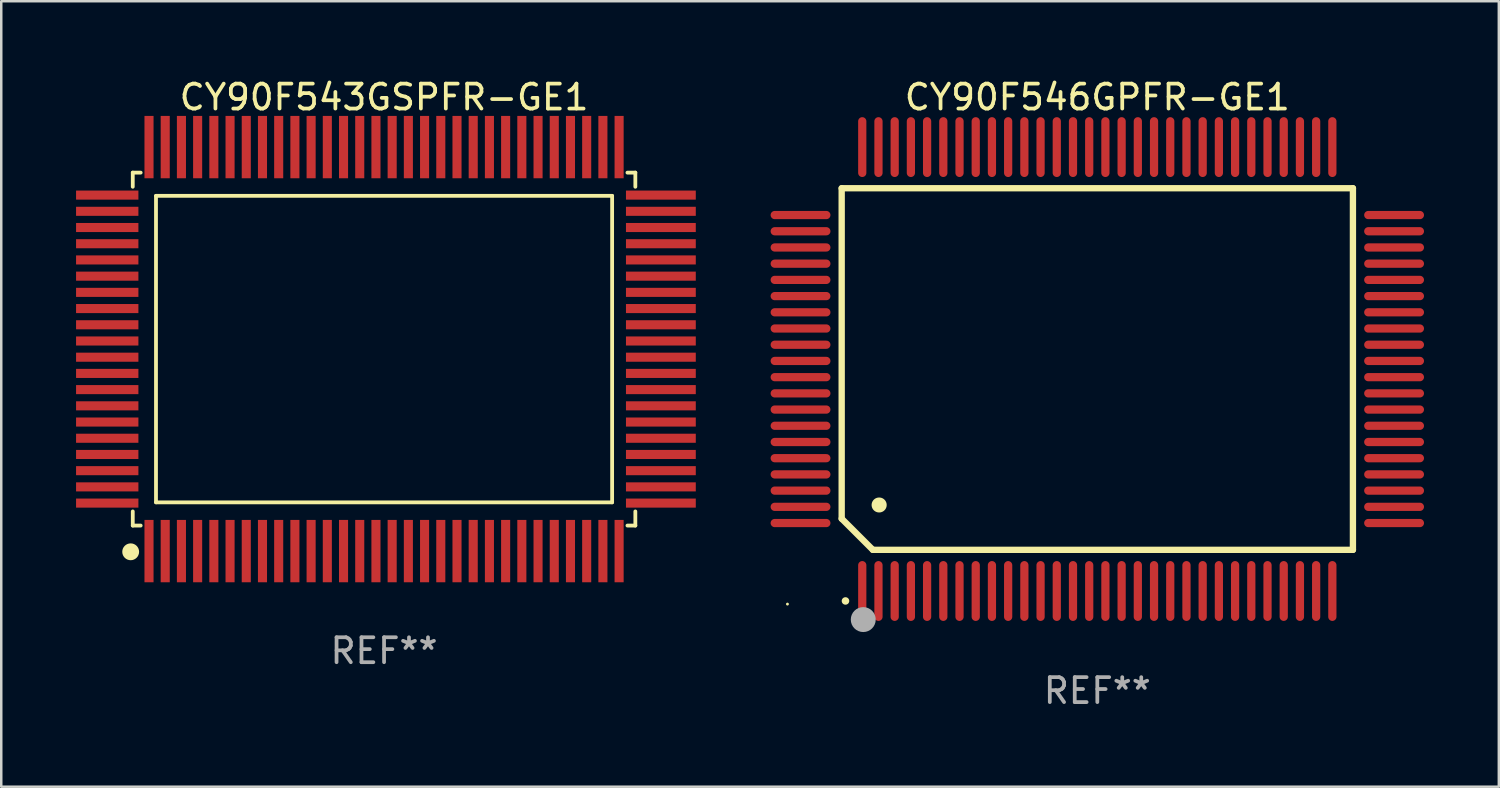
<source format=kicad_pcb>
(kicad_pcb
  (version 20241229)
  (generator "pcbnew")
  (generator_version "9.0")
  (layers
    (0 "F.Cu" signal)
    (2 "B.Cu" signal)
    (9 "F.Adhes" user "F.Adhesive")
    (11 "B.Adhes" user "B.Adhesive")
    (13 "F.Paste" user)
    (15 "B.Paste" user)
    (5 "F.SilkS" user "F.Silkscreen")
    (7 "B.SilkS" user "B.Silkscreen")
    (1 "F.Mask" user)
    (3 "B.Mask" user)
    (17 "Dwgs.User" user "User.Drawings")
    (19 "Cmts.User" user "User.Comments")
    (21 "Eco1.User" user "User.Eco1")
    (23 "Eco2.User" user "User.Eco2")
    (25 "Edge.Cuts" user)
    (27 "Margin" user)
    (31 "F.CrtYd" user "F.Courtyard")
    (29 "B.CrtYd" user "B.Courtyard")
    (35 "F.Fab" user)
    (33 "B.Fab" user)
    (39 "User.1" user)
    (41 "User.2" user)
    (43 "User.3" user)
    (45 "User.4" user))
  (footprint "CY90F543GSPFR-GE1"
    (layer "F.Cu")
    (at 12.35 10.948)
    (property "Reference" "CY90F543GSPFR-GE1" (at 0 -10.1 0) (layer "F.SilkS") (effects (font (size 1 1) (thickness 0.15))))
    (attr through_hole)
    (fp_line (start -10.076 -7.076) (end -10.076 -6.509) (stroke (width 0.152) (type solid)) (layer "F.SilkS"))
    (fp_line (start -10.076 7.076) (end -10.076 6.509) (stroke (width 0.152) (type solid)) (layer "F.SilkS"))
    (fp_line (start -9.759 -7.076) (end -10.076 -7.076) (stroke (width 0.152) (type solid)) (layer "F.SilkS"))
    (fp_line (start -9.759 7.076) (end -10.076 7.076) (stroke (width 0.152) (type solid)) (layer "F.SilkS"))
    (fp_line (start -9.145 -6.145) (end 9.145 -6.145) (stroke (width 0.152) (type solid)) (layer "F.SilkS"))
    (fp_line (start -9.145 6.145) (end -9.145 -6.145) (stroke (width 0.152) (type solid)) (layer "F.SilkS"))
    (fp_line (start 9.145 -6.145) (end 9.145 6.145) (stroke (width 0.152) (type solid)) (layer "F.SilkS"))
    (fp_line (start 9.145 6.145) (end -9.145 6.145) (stroke (width 0.152) (type solid)) (layer "F.SilkS"))
    (fp_line (start 9.759 -7.076) (end 10.076 -7.076) (stroke (width 0.152) (type solid)) (layer "F.SilkS"))
    (fp_line (start 9.759 7.076) (end 10.076 7.076) (stroke (width 0.152) (type solid)) (layer "F.SilkS"))
    (fp_line (start 10.076 -7.076) (end 10.076 -6.509) (stroke (width 0.152) (type solid)) (layer "F.SilkS"))
    (fp_line (start 10.076 7.076) (end 10.076 6.509) (stroke (width 0.152) (type solid)) (layer "F.SilkS"))
    (fp_circle (center -10.16 8.128) (end -9.991 8.128) (stroke (width 0.337) (type solid)) (fill no) (layer "F.SilkS"))
    (fp_text user "REF**" (at 0 12.1 0) (layer "F.Fab") (effects (font (size 1 1) (thickness 0.15))))
    (pad "1" smd rect (at -9.425 8.1) (size 0.364 2.5) (layers "F.Cu" "F.Mask" "F.Paste"))
    (pad "2" smd rect (at -8.775 8.1) (size 0.364 2.5) (layers "F.Cu" "F.Mask" "F.Paste"))
    (pad "3" smd rect (at -8.125 8.1) (size 0.364 2.5) (layers "F.Cu" "F.Mask" "F.Paste"))
    (pad "4" smd rect (at -7.475 8.1) (size 0.364 2.5) (layers "F.Cu" "F.Mask" "F.Paste"))
    (pad "5" smd rect (at -6.825 8.1) (size 0.364 2.5) (layers "F.Cu" "F.Mask" "F.Paste"))
    (pad "6" smd rect (at -6.175 8.1) (size 0.364 2.5) (layers "F.Cu" "F.Mask" "F.Paste"))
    (pad "7" smd rect (at -5.525 8.1) (size 0.364 2.5) (layers "F.Cu" "F.Mask" "F.Paste"))
    (pad "8" smd rect (at -4.875 8.1) (size 0.364 2.5) (layers "F.Cu" "F.Mask" "F.Paste"))
    (pad "9" smd rect (at -4.225 8.1) (size 0.364 2.5) (layers "F.Cu" "F.Mask" "F.Paste"))
    (pad "10" smd rect (at -3.575 8.1) (size 0.364 2.5) (layers "F.Cu" "F.Mask" "F.Paste"))
    (pad "11" smd rect (at -2.925 8.1) (size 0.364 2.5) (layers "F.Cu" "F.Mask" "F.Paste"))
    (pad "12" smd rect (at -2.275 8.1) (size 0.364 2.5) (layers "F.Cu" "F.Mask" "F.Paste"))
    (pad "13" smd rect (at -1.625 8.1) (size 0.364 2.5) (layers "F.Cu" "F.Mask" "F.Paste"))
    (pad "14" smd rect (at -0.975 8.1) (size 0.364 2.5) (layers "F.Cu" "F.Mask" "F.Paste"))
    (pad "15" smd rect (at -0.325 8.1) (size 0.364 2.5) (layers "F.Cu" "F.Mask" "F.Paste"))
    (pad "16" smd rect (at 0.325 8.1) (size 0.364 2.5) (layers "F.Cu" "F.Mask" "F.Paste"))
    (pad "17" smd rect (at 0.975 8.1) (size 0.364 2.5) (layers "F.Cu" "F.Mask" "F.Paste"))
    (pad "18" smd rect (at 1.625 8.1) (size 0.364 2.5) (layers "F.Cu" "F.Mask" "F.Paste"))
    (pad "19" smd rect (at 2.275 8.1) (size 0.364 2.5) (layers "F.Cu" "F.Mask" "F.Paste"))
    (pad "20" smd rect (at 2.925 8.1) (size 0.364 2.5) (layers "F.Cu" "F.Mask" "F.Paste"))
    (pad "21" smd rect (at 3.575 8.1) (size 0.364 2.5) (layers "F.Cu" "F.Mask" "F.Paste"))
    (pad "22" smd rect (at 4.225 8.1) (size 0.364 2.5) (layers "F.Cu" "F.Mask" "F.Paste"))
    (pad "23" smd rect (at 4.875 8.1) (size 0.364 2.5) (layers "F.Cu" "F.Mask" "F.Paste"))
    (pad "24" smd rect (at 5.525 8.1) (size 0.364 2.5) (layers "F.Cu" "F.Mask" "F.Paste"))
    (pad "25" smd rect (at 6.175 8.1) (size 0.364 2.5) (layers "F.Cu" "F.Mask" "F.Paste"))
    (pad "26" smd rect (at 6.825 8.1) (size 0.364 2.5) (layers "F.Cu" "F.Mask" "F.Paste"))
    (pad "27" smd rect (at 7.475 8.1) (size 0.364 2.5) (layers "F.Cu" "F.Mask" "F.Paste"))
    (pad "28" smd rect (at 8.125 8.1) (size 0.364 2.5) (layers "F.Cu" "F.Mask" "F.Paste"))
    (pad "29" smd rect (at 8.775 8.1) (size 0.364 2.5) (layers "F.Cu" "F.Mask" "F.Paste"))
    (pad "30" smd rect (at 9.425 8.1) (size 0.364 2.5) (layers "F.Cu" "F.Mask" "F.Paste"))
    (pad "31" smd rect (at 11.1 6.175) (size 2.8 0.364) (layers "F.Cu" "F.Mask" "F.Paste"))
    (pad "32" smd rect (at 11.1 5.525) (size 2.8 0.364) (layers "F.Cu" "F.Mask" "F.Paste"))
    (pad "33" smd rect (at 11.1 4.875) (size 2.8 0.364) (layers "F.Cu" "F.Mask" "F.Paste"))
    (pad "34" smd rect (at 11.1 4.225) (size 2.8 0.364) (layers "F.Cu" "F.Mask" "F.Paste"))
    (pad "35" smd rect (at 11.1 3.575) (size 2.8 0.364) (layers "F.Cu" "F.Mask" "F.Paste"))
    (pad "36" smd rect (at 11.1 2.925) (size 2.8 0.364) (layers "F.Cu" "F.Mask" "F.Paste"))
    (pad "37" smd rect (at 11.1 2.275) (size 2.8 0.364) (layers "F.Cu" "F.Mask" "F.Paste"))
    (pad "38" smd rect (at 11.1 1.625) (size 2.8 0.364) (layers "F.Cu" "F.Mask" "F.Paste"))
    (pad "39" smd rect (at 11.1 0.975) (size 2.8 0.364) (layers "F.Cu" "F.Mask" "F.Paste"))
    (pad "40" smd rect (at 11.1 0.325) (size 2.8 0.364) (layers "F.Cu" "F.Mask" "F.Paste"))
    (pad "41" smd rect (at 11.1 -0.325) (size 2.8 0.364) (layers "F.Cu" "F.Mask" "F.Paste"))
    (pad "42" smd rect (at 11.1 -0.975) (size 2.8 0.364) (layers "F.Cu" "F.Mask" "F.Paste"))
    (pad "43" smd rect (at 11.1 -1.625) (size 2.8 0.364) (layers "F.Cu" "F.Mask" "F.Paste"))
    (pad "44" smd rect (at 11.1 -2.275) (size 2.8 0.364) (layers "F.Cu" "F.Mask" "F.Paste"))
    (pad "45" smd rect (at 11.1 -2.925) (size 2.8 0.364) (layers "F.Cu" "F.Mask" "F.Paste"))
    (pad "46" smd rect (at 11.1 -3.575) (size 2.8 0.364) (layers "F.Cu" "F.Mask" "F.Paste"))
    (pad "47" smd rect (at 11.1 -4.225) (size 2.8 0.364) (layers "F.Cu" "F.Mask" "F.Paste"))
    (pad "48" smd rect (at 11.1 -4.875) (size 2.8 0.364) (layers "F.Cu" "F.Mask" "F.Paste"))
    (pad "49" smd rect (at 11.1 -5.525) (size 2.8 0.364) (layers "F.Cu" "F.Mask" "F.Paste"))
    (pad "50" smd rect (at 11.1 -6.175) (size 2.8 0.364) (layers "F.Cu" "F.Mask" "F.Paste"))
    (pad "51" smd rect (at 9.425 -8.1) (size 0.364 2.5) (layers "F.Cu" "F.Mask" "F.Paste"))
    (pad "52" smd rect (at 8.775 -8.1) (size 0.364 2.5) (layers "F.Cu" "F.Mask" "F.Paste"))
    (pad "53" smd rect (at 8.125 -8.1) (size 0.364 2.5) (layers "F.Cu" "F.Mask" "F.Paste"))
    (pad "54" smd rect (at 7.475 -8.1) (size 0.364 2.5) (layers "F.Cu" "F.Mask" "F.Paste"))
    (pad "55" smd rect (at 6.825 -8.1) (size 0.364 2.5) (layers "F.Cu" "F.Mask" "F.Paste"))
    (pad "56" smd rect (at 6.175 -8.1) (size 0.364 2.5) (layers "F.Cu" "F.Mask" "F.Paste"))
    (pad "57" smd rect (at 5.525 -8.1) (size 0.364 2.5) (layers "F.Cu" "F.Mask" "F.Paste"))
    (pad "58" smd rect (at 4.875 -8.1) (size 0.364 2.5) (layers "F.Cu" "F.Mask" "F.Paste"))
    (pad "59" smd rect (at 4.225 -8.1) (size 0.364 2.5) (layers "F.Cu" "F.Mask" "F.Paste"))
    (pad "60" smd rect (at 3.575 -8.1) (size 0.364 2.5) (layers "F.Cu" "F.Mask" "F.Paste"))
    (pad "61" smd rect (at 2.925 -8.1) (size 0.364 2.5) (layers "F.Cu" "F.Mask" "F.Paste"))
    (pad "62" smd rect (at 2.275 -8.1) (size 0.364 2.5) (layers "F.Cu" "F.Mask" "F.Paste"))
    (pad "63" smd rect (at 1.625 -8.1) (size 0.364 2.5) (layers "F.Cu" "F.Mask" "F.Paste"))
    (pad "64" smd rect (at 0.975 -8.1) (size 0.364 2.5) (layers "F.Cu" "F.Mask" "F.Paste"))
    (pad "65" smd rect (at 0.325 -8.1) (size 0.364 2.5) (layers "F.Cu" "F.Mask" "F.Paste"))
    (pad "66" smd rect (at -0.325 -8.1) (size 0.364 2.5) (layers "F.Cu" "F.Mask" "F.Paste"))
    (pad "67" smd rect (at -0.975 -8.1) (size 0.364 2.5) (layers "F.Cu" "F.Mask" "F.Paste"))
    (pad "68" smd rect (at -1.625 -8.1) (size 0.364 2.5) (layers "F.Cu" "F.Mask" "F.Paste"))
    (pad "69" smd rect (at -2.275 -8.1) (size 0.364 2.5) (layers "F.Cu" "F.Mask" "F.Paste"))
    (pad "70" smd rect (at -2.925 -8.1) (size 0.364 2.5) (layers "F.Cu" "F.Mask" "F.Paste"))
    (pad "71" smd rect (at -3.575 -8.1) (size 0.364 2.5) (layers "F.Cu" "F.Mask" "F.Paste"))
    (pad "72" smd rect (at -4.225 -8.1) (size 0.364 2.5) (layers "F.Cu" "F.Mask" "F.Paste"))
    (pad "73" smd rect (at -4.875 -8.1) (size 0.364 2.5) (layers "F.Cu" "F.Mask" "F.Paste"))
    (pad "74" smd rect (at -5.525 -8.1) (size 0.364 2.5) (layers "F.Cu" "F.Mask" "F.Paste"))
    (pad "75" smd rect (at -6.175 -8.1) (size 0.364 2.5) (layers "F.Cu" "F.Mask" "F.Paste"))
    (pad "76" smd rect (at -6.825 -8.1) (size 0.364 2.5) (layers "F.Cu" "F.Mask" "F.Paste"))
    (pad "77" smd rect (at -7.475 -8.1) (size 0.364 2.5) (layers "F.Cu" "F.Mask" "F.Paste"))
    (pad "78" smd rect (at -8.125 -8.1) (size 0.364 2.5) (layers "F.Cu" "F.Mask" "F.Paste"))
    (pad "79" smd rect (at -8.775 -8.1) (size 0.364 2.5) (layers "F.Cu" "F.Mask" "F.Paste"))
    (pad "80" smd rect (at -9.425 -8.1) (size 0.364 2.5) (layers "F.Cu" "F.Mask" "F.Paste"))
    (pad "81" smd rect (at -11.1 -6.175) (size 2.5 0.364) (layers "F.Cu" "F.Mask" "F.Paste"))
    (pad "82" smd rect (at -11.1 -5.525) (size 2.5 0.364) (layers "F.Cu" "F.Mask" "F.Paste"))
    (pad "83" smd rect (at -11.1 -4.875) (size 2.5 0.364) (layers "F.Cu" "F.Mask" "F.Paste"))
    (pad "84" smd rect (at -11.1 -4.225) (size 2.5 0.364) (layers "F.Cu" "F.Mask" "F.Paste"))
    (pad "85" smd rect (at -11.1 -3.575) (size 2.5 0.364) (layers "F.Cu" "F.Mask" "F.Paste"))
    (pad "86" smd rect (at -11.1 -2.925) (size 2.5 0.364) (layers "F.Cu" "F.Mask" "F.Paste"))
    (pad "87" smd rect (at -11.1 -2.275) (size 2.5 0.364) (layers "F.Cu" "F.Mask" "F.Paste"))
    (pad "88" smd rect (at -11.1 -1.625) (size 2.5 0.364) (layers "F.Cu" "F.Mask" "F.Paste"))
    (pad "89" smd rect (at -11.1 -0.975) (size 2.5 0.364) (layers "F.Cu" "F.Mask" "F.Paste"))
    (pad "90" smd rect (at -11.1 -0.325) (size 2.5 0.364) (layers "F.Cu" "F.Mask" "F.Paste"))
    (pad "91" smd rect (at -11.1 0.325) (size 2.5 0.364) (layers "F.Cu" "F.Mask" "F.Paste"))
    (pad "92" smd rect (at -11.1 0.975) (size 2.5 0.364) (layers "F.Cu" "F.Mask" "F.Paste"))
    (pad "93" smd rect (at -11.1 1.625) (size 2.5 0.364) (layers "F.Cu" "F.Mask" "F.Paste"))
    (pad "94" smd rect (at -11.1 2.275) (size 2.5 0.364) (layers "F.Cu" "F.Mask" "F.Paste"))
    (pad "95" smd rect (at -11.1 2.925) (size 2.5 0.364) (layers "F.Cu" "F.Mask" "F.Paste"))
    (pad "96" smd rect (at -11.1 3.575) (size 2.5 0.364) (layers "F.Cu" "F.Mask" "F.Paste"))
    (pad "97" smd rect (at -11.1 4.225) (size 2.5 0.364) (layers "F.Cu" "F.Mask" "F.Paste"))
    (pad "98" smd rect (at -11.1 4.875) (size 2.5 0.364) (layers "F.Cu" "F.Mask" "F.Paste"))
    (pad "99" smd rect (at -11.1 5.525) (size 2.5 0.364) (layers "F.Cu" "F.Mask" "F.Paste"))
    (pad "100" smd rect (at -11.1 6.175) (size 2.5 0.364) (layers "F.Cu" "F.Mask" "F.Paste")))
  (footprint "CY90F546GPFR-GE1"
    (layer "F.Cu")
    (at 40.95 11.748)
    (property "Reference" "CY90F546GPFR-GE1" (at 0 -10.9 0) (layer "F.SilkS") (effects (font (size 1 1) (thickness 0.15))))
    (attr through_hole)
    (fp_line (start -10.25 -7.25) (end 10.25 -7.25) (stroke (width 0.254) (type solid)) (layer "F.SilkS"))
    (fp_line (start -10.25 6) (end -10.25 -7.25) (stroke (width 0.254) (type solid)) (layer "F.SilkS"))
    (fp_line (start -9 7.25) (end -10.25 6) (stroke (width 0.254) (type solid)) (layer "F.SilkS"))
    (fp_line (start 10.25 -7.25) (end 10.25 7.25) (stroke (width 0.254) (type solid)) (layer "F.SilkS"))
    (fp_line (start 10.25 7.25) (end -9 7.25) (stroke (width 0.254) (type solid)) (layer "F.SilkS"))
    (fp_arc (start -10.09906 9.298959) (mid -10.09779 9.298954) (end -10.09652 9.298959) (stroke (width 0.3) (type solid)) (layer "F.SilkS"))
    (fp_arc (start -8.750318 5.450851) (mid -8.747778 5.45084) (end -8.745238 5.450851) (stroke (width 0.6) (type solid)) (layer "F.SilkS"))
    (fp_circle (center -12.425 9.425) (end -12.395 9.425) (stroke (width 0.06) (type solid)) (fill no) (layer "F.SilkS"))
    (fp_circle (center -9.385 10.046) (end -9.135 10.046) (stroke (width 0.5) (type solid)) (fill no) (layer "F.Fab"))
    (fp_text user "REF**" (at 0 12.9 0) (layer "F.Fab") (effects (font (size 1 1) (thickness 0.15))))
    (pad "1" smd oval (at -9.425 8.9 180) (size 0.33 2.4) (layers "F.Cu" "F.Mask" "F.Paste"))
    (pad "2" smd oval (at -8.775 8.9 180) (size 0.33 2.4) (layers "F.Cu" "F.Mask" "F.Paste"))
    (pad "3" smd oval (at -8.125 8.9 180) (size 0.33 2.4) (layers "F.Cu" "F.Mask" "F.Paste"))
    (pad "4" smd oval (at -7.475 8.9 180) (size 0.33 2.4) (layers "F.Cu" "F.Mask" "F.Paste"))
    (pad "5" smd oval (at -6.825 8.9 180) (size 0.33 2.4) (layers "F.Cu" "F.Mask" "F.Paste"))
    (pad "6" smd oval (at -6.175 8.9 180) (size 0.33 2.4) (layers "F.Cu" "F.Mask" "F.Paste"))
    (pad "7" smd oval (at -5.525 8.9 180) (size 0.33 2.4) (layers "F.Cu" "F.Mask" "F.Paste"))
    (pad "8" smd oval (at -4.875 8.9 180) (size 0.33 2.4) (layers "F.Cu" "F.Mask" "F.Paste"))
    (pad "9" smd oval (at -4.225 8.9 180) (size 0.33 2.4) (layers "F.Cu" "F.Mask" "F.Paste"))
    (pad "10" smd oval (at -3.575 8.9 180) (size 0.33 2.4) (layers "F.Cu" "F.Mask" "F.Paste"))
    (pad "11" smd oval (at -2.925 8.9 180) (size 0.33 2.4) (layers "F.Cu" "F.Mask" "F.Paste"))
    (pad "12" smd oval (at -2.275 8.9 180) (size 0.33 2.4) (layers "F.Cu" "F.Mask" "F.Paste"))
    (pad "13" smd oval (at -1.625 8.9 180) (size 0.33 2.4) (layers "F.Cu" "F.Mask" "F.Paste"))
    (pad "14" smd oval (at -0.975 8.9 180) (size 0.33 2.4) (layers "F.Cu" "F.Mask" "F.Paste"))
    (pad "15" smd oval (at -0.325 8.9 180) (size 0.33 2.4) (layers "F.Cu" "F.Mask" "F.Paste"))
    (pad "16" smd oval (at 0.325 8.9 180) (size 0.33 2.4) (layers "F.Cu" "F.Mask" "F.Paste"))
    (pad "17" smd oval (at 0.975 8.9 180) (size 0.33 2.4) (layers "F.Cu" "F.Mask" "F.Paste"))
    (pad "18" smd oval (at 1.625 8.9 180) (size 0.33 2.4) (layers "F.Cu" "F.Mask" "F.Paste"))
    (pad "19" smd oval (at 2.275 8.9 180) (size 0.33 2.4) (layers "F.Cu" "F.Mask" "F.Paste"))
    (pad "20" smd oval (at 2.925 8.9 180) (size 0.33 2.4) (layers "F.Cu" "F.Mask" "F.Paste"))
    (pad "21" smd oval (at 3.575 8.9 180) (size 0.33 2.4) (layers "F.Cu" "F.Mask" "F.Paste"))
    (pad "22" smd oval (at 4.225 8.9 180) (size 0.33 2.4) (layers "F.Cu" "F.Mask" "F.Paste"))
    (pad "23" smd oval (at 4.875 8.9 180) (size 0.33 2.4) (layers "F.Cu" "F.Mask" "F.Paste"))
    (pad "24" smd oval (at 5.525 8.9 180) (size 0.33 2.4) (layers "F.Cu" "F.Mask" "F.Paste"))
    (pad "25" smd oval (at 6.175 8.9 180) (size 0.33 2.4) (layers "F.Cu" "F.Mask" "F.Paste"))
    (pad "26" smd oval (at 6.825 8.9 180) (size 0.33 2.4) (layers "F.Cu" "F.Mask" "F.Paste"))
    (pad "27" smd oval (at 7.475 8.9 180) (size 0.33 2.4) (layers "F.Cu" "F.Mask" "F.Paste"))
    (pad "28" smd oval (at 8.125 8.9 180) (size 0.33 2.4) (layers "F.Cu" "F.Mask" "F.Paste"))
    (pad "29" smd oval (at 8.775 8.9 180) (size 0.33 2.4) (layers "F.Cu" "F.Mask" "F.Paste"))
    (pad "30" smd oval (at 9.425 8.9 180) (size 0.33 2.4) (layers "F.Cu" "F.Mask" "F.Paste"))
    (pad "31" smd oval (at 11.9 6.175 270) (size 0.33 2.4) (layers "F.Cu" "F.Mask" "F.Paste"))
    (pad "32" smd oval (at 11.9 5.525 270) (size 0.33 2.4) (layers "F.Cu" "F.Mask" "F.Paste"))
    (pad "33" smd oval (at 11.9 4.875 270) (size 0.33 2.4) (layers "F.Cu" "F.Mask" "F.Paste"))
    (pad "34" smd oval (at 11.9 4.225 270) (size 0.33 2.4) (layers "F.Cu" "F.Mask" "F.Paste"))
    (pad "35" smd oval (at 11.9 3.575 270) (size 0.33 2.4) (layers "F.Cu" "F.Mask" "F.Paste"))
    (pad "36" smd oval (at 11.9 2.925 270) (size 0.33 2.4) (layers "F.Cu" "F.Mask" "F.Paste"))
    (pad "37" smd oval (at 11.9 2.275 270) (size 0.33 2.4) (layers "F.Cu" "F.Mask" "F.Paste"))
    (pad "38" smd oval (at 11.9 1.625 270) (size 0.33 2.4) (layers "F.Cu" "F.Mask" "F.Paste"))
    (pad "39" smd oval (at 11.9 0.975 270) (size 0.33 2.4) (layers "F.Cu" "F.Mask" "F.Paste"))
    (pad "40" smd oval (at 11.9 0.325 270) (size 0.33 2.4) (layers "F.Cu" "F.Mask" "F.Paste"))
    (pad "41" smd oval (at 11.9 -0.325 270) (size 0.33 2.4) (layers "F.Cu" "F.Mask" "F.Paste"))
    (pad "42" smd oval (at 11.9 -0.975 270) (size 0.33 2.4) (layers "F.Cu" "F.Mask" "F.Paste"))
    (pad "43" smd oval (at 11.9 -1.625 270) (size 0.33 2.4) (layers "F.Cu" "F.Mask" "F.Paste"))
    (pad "44" smd oval (at 11.9 -2.275 270) (size 0.33 2.4) (layers "F.Cu" "F.Mask" "F.Paste"))
    (pad "45" smd oval (at 11.9 -2.925 270) (size 0.33 2.4) (layers "F.Cu" "F.Mask" "F.Paste"))
    (pad "46" smd oval (at 11.9 -3.575 270) (size 0.33 2.4) (layers "F.Cu" "F.Mask" "F.Paste"))
    (pad "47" smd oval (at 11.9 -4.225 270) (size 0.33 2.4) (layers "F.Cu" "F.Mask" "F.Paste"))
    (pad "48" smd oval (at 11.9 -4.875 270) (size 0.33 2.4) (layers "F.Cu" "F.Mask" "F.Paste"))
    (pad "49" smd oval (at 11.9 -5.525 270) (size 0.33 2.4) (layers "F.Cu" "F.Mask" "F.Paste"))
    (pad "50" smd oval (at 11.9 -6.175 270) (size 0.33 2.4) (layers "F.Cu" "F.Mask" "F.Paste"))
    (pad "51" smd oval (at 9.425 -8.9) (size 0.33 2.4) (layers "F.Cu" "F.Mask" "F.Paste"))
    (pad "52" smd oval (at 8.775 -8.9) (size 0.33 2.4) (layers "F.Cu" "F.Mask" "F.Paste"))
    (pad "53" smd oval (at 8.125 -8.9) (size 0.33 2.4) (layers "F.Cu" "F.Mask" "F.Paste"))
    (pad "54" smd oval (at 7.475 -8.9) (size 0.33 2.4) (layers "F.Cu" "F.Mask" "F.Paste"))
    (pad "55" smd oval (at 6.825 -8.9) (size 0.33 2.4) (layers "F.Cu" "F.Mask" "F.Paste"))
    (pad "56" smd oval (at 6.175 -8.9) (size 0.33 2.4) (layers "F.Cu" "F.Mask" "F.Paste"))
    (pad "57" smd oval (at 5.525 -8.9) (size 0.33 2.4) (layers "F.Cu" "F.Mask" "F.Paste"))
    (pad "58" smd oval (at 4.875 -8.9) (size 0.33 2.4) (layers "F.Cu" "F.Mask" "F.Paste"))
    (pad "59" smd oval (at 4.225 -8.9) (size 0.33 2.4) (layers "F.Cu" "F.Mask" "F.Paste"))
    (pad "60" smd oval (at 3.575 -8.9) (size 0.33 2.4) (layers "F.Cu" "F.Mask" "F.Paste"))
    (pad "61" smd oval (at 2.925 -8.9) (size 0.33 2.4) (layers "F.Cu" "F.Mask" "F.Paste"))
    (pad "62" smd oval (at 2.275 -8.9) (size 0.33 2.4) (layers "F.Cu" "F.Mask" "F.Paste"))
    (pad "63" smd oval (at 1.625 -8.9) (size 0.33 2.4) (layers "F.Cu" "F.Mask" "F.Paste"))
    (pad "64" smd oval (at 0.975 -8.9) (size 0.33 2.4) (layers "F.Cu" "F.Mask" "F.Paste"))
    (pad "65" smd oval (at 0.325 -8.9) (size 0.33 2.4) (layers "F.Cu" "F.Mask" "F.Paste"))
    (pad "66" smd oval (at -0.325 -8.9) (size 0.33 2.4) (layers "F.Cu" "F.Mask" "F.Paste"))
    (pad "67" smd oval (at -0.975 -8.9) (size 0.33 2.4) (layers "F.Cu" "F.Mask" "F.Paste"))
    (pad "68" smd oval (at -1.625 -8.9) (size 0.33 2.4) (layers "F.Cu" "F.Mask" "F.Paste"))
    (pad "69" smd oval (at -2.275 -8.9) (size 0.33 2.4) (layers "F.Cu" "F.Mask" "F.Paste"))
    (pad "70" smd oval (at -2.925 -8.9) (size 0.33 2.4) (layers "F.Cu" "F.Mask" "F.Paste"))
    (pad "71" smd oval (at -3.575 -8.9) (size 0.33 2.4) (layers "F.Cu" "F.Mask" "F.Paste"))
    (pad "72" smd oval (at -4.225 -8.9) (size 0.33 2.4) (layers "F.Cu" "F.Mask" "F.Paste"))
    (pad "73" smd oval (at -4.875 -8.9) (size 0.33 2.4) (layers "F.Cu" "F.Mask" "F.Paste"))
    (pad "74" smd oval (at -5.525 -8.9) (size 0.33 2.4) (layers "F.Cu" "F.Mask" "F.Paste"))
    (pad "75" smd oval (at -6.175 -8.9) (size 0.33 2.4) (layers "F.Cu" "F.Mask" "F.Paste"))
    (pad "76" smd oval (at -6.825 -8.9) (size 0.33 2.4) (layers "F.Cu" "F.Mask" "F.Paste"))
    (pad "77" smd oval (at -7.475 -8.9) (size 0.33 2.4) (layers "F.Cu" "F.Mask" "F.Paste"))
    (pad "78" smd oval (at -8.125 -8.9) (size 0.33 2.4) (layers "F.Cu" "F.Mask" "F.Paste"))
    (pad "79" smd oval (at -8.775 -8.9) (size 0.33 2.4) (layers "F.Cu" "F.Mask" "F.Paste"))
    (pad "80" smd oval (at -9.425 -8.9) (size 0.33 2.4) (layers "F.Cu" "F.Mask" "F.Paste"))
    (pad "81" smd oval (at -11.9 -6.175 90) (size 0.33 2.4) (layers "F.Cu" "F.Mask" "F.Paste"))
    (pad "82" smd oval (at -11.9 -5.525 90) (size 0.33 2.4) (layers "F.Cu" "F.Mask" "F.Paste"))
    (pad "83" smd oval (at -11.9 -4.875 90) (size 0.33 2.4) (layers "F.Cu" "F.Mask" "F.Paste"))
    (pad "84" smd oval (at -11.9 -4.225 90) (size 0.33 2.4) (layers "F.Cu" "F.Mask" "F.Paste"))
    (pad "85" smd oval (at -11.9 -3.575 90) (size 0.33 2.4) (layers "F.Cu" "F.Mask" "F.Paste"))
    (pad "86" smd oval (at -11.9 -2.925 90) (size 0.33 2.4) (layers "F.Cu" "F.Mask" "F.Paste"))
    (pad "87" smd oval (at -11.9 -2.275 90) (size 0.33 2.4) (layers "F.Cu" "F.Mask" "F.Paste"))
    (pad "88" smd oval (at -11.9 -1.625 90) (size 0.33 2.4) (layers "F.Cu" "F.Mask" "F.Paste"))
    (pad "89" smd oval (at -11.9 -0.975 90) (size 0.33 2.4) (layers "F.Cu" "F.Mask" "F.Paste"))
    (pad "90" smd oval (at -11.9 -0.325 90) (size 0.33 2.4) (layers "F.Cu" "F.Mask" "F.Paste"))
    (pad "91" smd oval (at -11.9 0.325 90) (size 0.33 2.4) (layers "F.Cu" "F.Mask" "F.Paste"))
    (pad "92" smd oval (at -11.9 0.975 90) (size 0.33 2.4) (layers "F.Cu" "F.Mask" "F.Paste"))
    (pad "93" smd oval (at -11.9 1.625 90) (size 0.33 2.4) (layers "F.Cu" "F.Mask" "F.Paste"))
    (pad "94" smd oval (at -11.9 2.275 90) (size 0.33 2.4) (layers "F.Cu" "F.Mask" "F.Paste"))
    (pad "95" smd oval (at -11.9 2.925 90) (size 0.33 2.4) (layers "F.Cu" "F.Mask" "F.Paste"))
    (pad "96" smd oval (at -11.9 3.575 90) (size 0.33 2.4) (layers "F.Cu" "F.Mask" "F.Paste"))
    (pad "97" smd oval (at -11.9 4.225 90) (size 0.33 2.4) (layers "F.Cu" "F.Mask" "F.Paste"))
    (pad "98" smd oval (at -11.9 4.875 90) (size 0.33 2.4) (layers "F.Cu" "F.Mask" "F.Paste"))
    (pad "99" smd oval (at -11.9 5.525 90) (size 0.33 2.4) (layers "F.Cu" "F.Mask" "F.Paste"))
    (pad "100" smd oval (at -11.9 6.175 90) (size 0.33 2.4) (layers "F.Cu" "F.Mask" "F.Paste")))
  (gr_rect
    (start -3 -3)
    (end 57.05 28.496)
    (stroke (width 0.1) (type default))
    (fill no)
    (layer "Edge.Cuts")))
</source>
